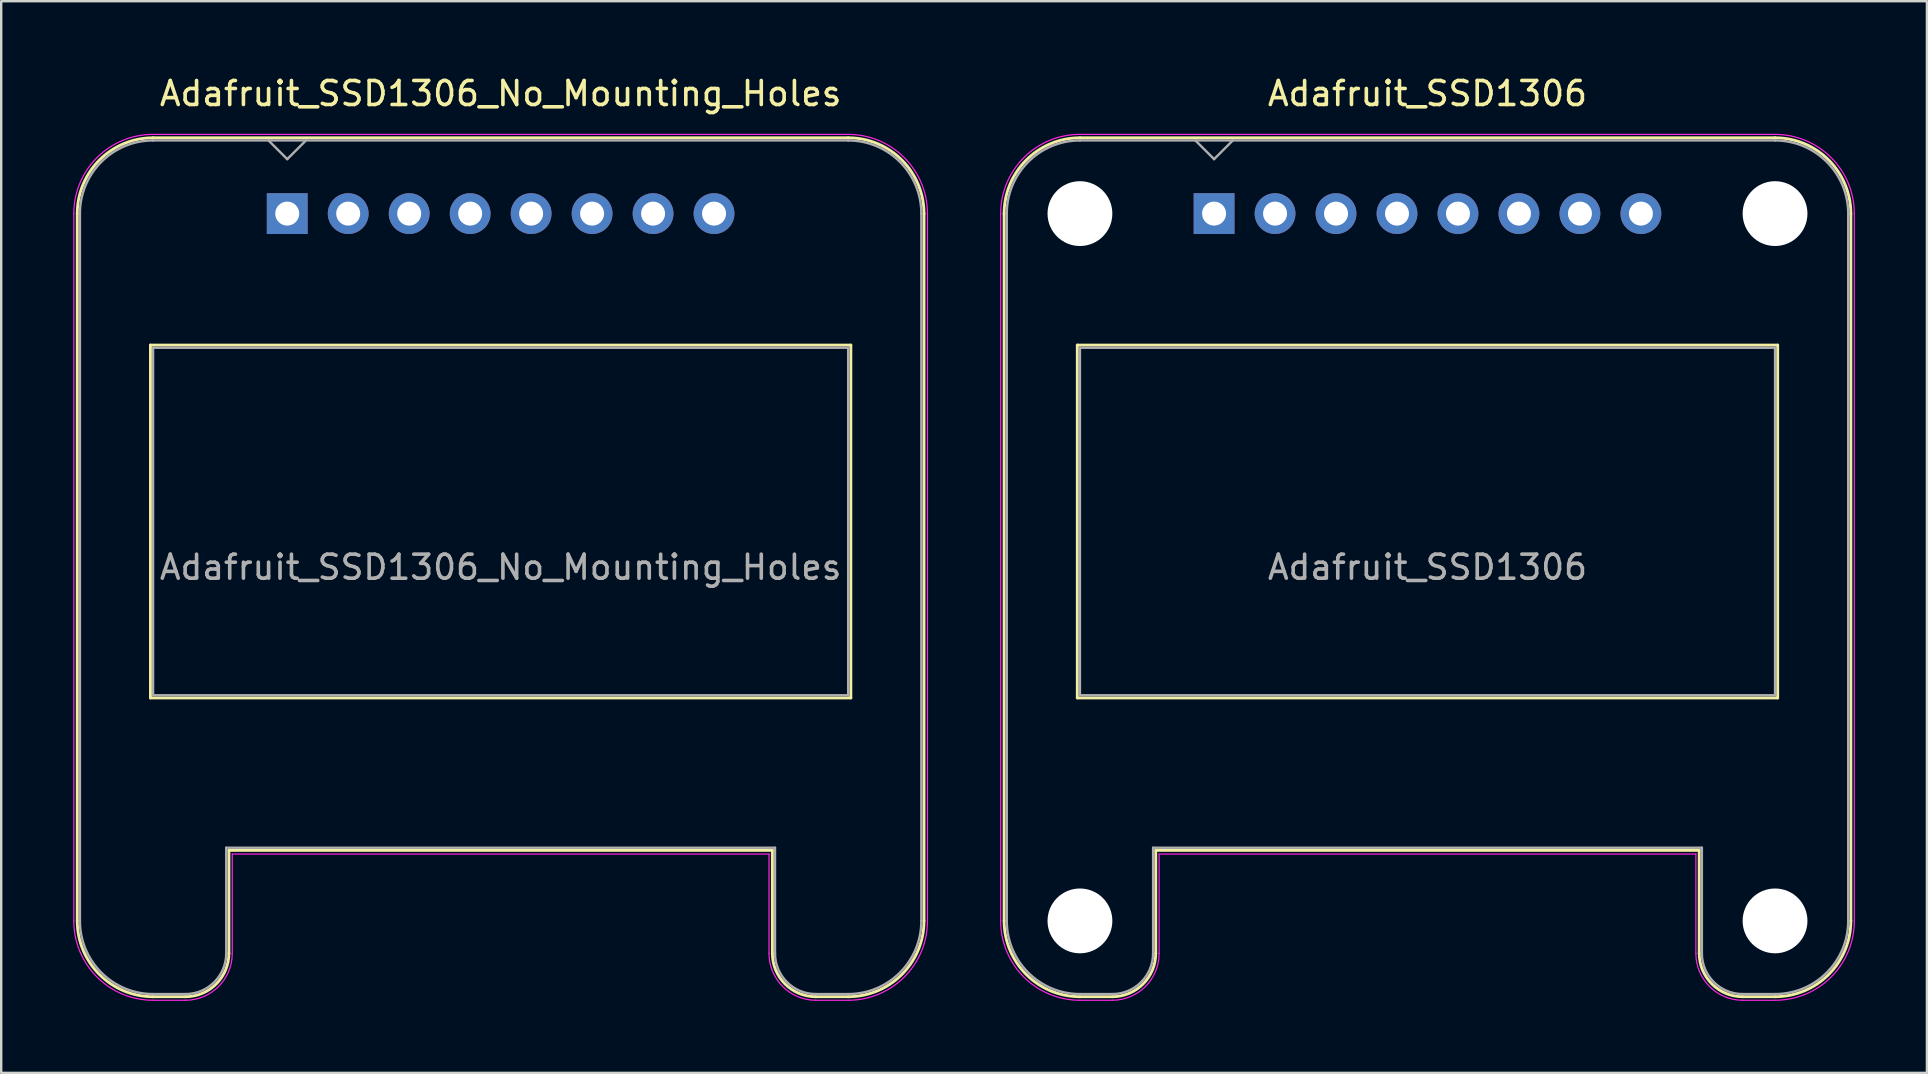
<source format=kicad_pcb>
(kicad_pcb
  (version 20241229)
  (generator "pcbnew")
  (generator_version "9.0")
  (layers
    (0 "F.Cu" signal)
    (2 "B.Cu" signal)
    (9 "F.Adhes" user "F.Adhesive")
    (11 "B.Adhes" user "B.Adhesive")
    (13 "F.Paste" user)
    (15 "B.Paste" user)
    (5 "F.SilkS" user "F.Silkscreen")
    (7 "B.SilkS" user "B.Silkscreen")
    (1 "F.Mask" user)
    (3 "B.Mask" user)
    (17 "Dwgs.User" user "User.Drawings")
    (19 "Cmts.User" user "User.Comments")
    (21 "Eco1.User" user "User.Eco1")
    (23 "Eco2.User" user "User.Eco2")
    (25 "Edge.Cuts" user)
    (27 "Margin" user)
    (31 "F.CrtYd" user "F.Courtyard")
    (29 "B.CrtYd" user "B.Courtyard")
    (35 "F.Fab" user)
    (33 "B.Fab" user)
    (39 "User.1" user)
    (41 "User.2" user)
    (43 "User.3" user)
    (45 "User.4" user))
  (footprint "Adafruit_SSD1306_No_Mounting_Holes"
    (layer "F.Cu")
    (at 8.915 5.848)
    (property "Reference" "Adafruit_SSD1306_No_Mounting_Holes" (at 8.89 -5 0) (layer "F.SilkS") (effects (font (size 1 1) (thickness 0.15))))
    (attr through_hole)
    (fp_line (start -8.746 0) (end -8.746 29.464) (stroke (width 0.12) (type solid)) (layer "F.SilkS"))
    (fp_line (start -5.698 5.478) (end -5.698 20.176) (stroke (width 0.12) (type solid)) (layer "F.SilkS"))
    (fp_line (start -5.698 5.478) (end 23.478 5.478) (stroke (width 0.12) (type solid)) (layer "F.SilkS"))
    (fp_line (start -5.698 20.176) (end 23.478 20.176) (stroke (width 0.12) (type solid)) (layer "F.SilkS"))
    (fp_line (start -4.238 32.622) (end -5.59 32.622) (stroke (width 0.12) (type solid)) (layer "F.SilkS"))
    (fp_line (start -2.43 26.526) (end -2.43 30.814) (stroke (width 0.12) (type solid)) (layer "F.SilkS"))
    (fp_line (start -2.43 26.526) (end 20.21 26.526) (stroke (width 0.12) (type solid)) (layer "F.SilkS"))
    (fp_line (start 20.21 26.526) (end 20.21 30.814) (stroke (width 0.12) (type solid)) (layer "F.SilkS"))
    (fp_line (start 22.018 32.622) (end 23.37 32.622) (stroke (width 0.12) (type solid)) (layer "F.SilkS"))
    (fp_line (start 23.368 -3.158) (end -5.588 -3.158) (stroke (width 0.12) (type solid)) (layer "F.SilkS"))
    (fp_line (start 23.478 5.478) (end 23.478 20.176) (stroke (width 0.12) (type solid)) (layer "F.SilkS"))
    (fp_line (start 26.526 0) (end 26.526 29.464) (stroke (width 0.12) (type solid)) (layer "F.SilkS"))
    (fp_arc (start -8.746 0) (mid -7.821043 -2.233043) (end -5.588 -3.158) (stroke (width 0.12) (type solid)) (layer "F.SilkS"))
    (fp_arc (start -5.588 32.622) (mid -7.821043 31.697043) (end -8.746 29.464) (stroke (width 0.12) (type solid)) (layer "F.SilkS"))
    (fp_arc (start -2.43 30.812) (mid -2.958137 32.091035) (end -4.236 32.622) (stroke (width 0.12) (type solid)) (layer "F.SilkS"))
    (fp_arc (start 22.016 32.622) (mid 20.738137 32.091035) (end 20.21 30.812) (stroke (width 0.12) (type solid)) (layer "F.SilkS"))
    (fp_arc (start 23.368 -3.158) (mid 25.601043 -2.233043) (end 26.526 0) (stroke (width 0.12) (type solid)) (layer "F.SilkS"))
    (fp_arc (start 26.526 29.464) (mid 25.601043 31.697043) (end 23.368 32.622) (stroke (width 0.12) (type solid)) (layer "F.SilkS"))
    (fp_line (start -8.89 0) (end -8.89 29.47) (stroke (width 0.05) (type solid)) (layer "F.CrtYd"))
    (fp_line (start -4.24 32.77) (end -5.59 32.77) (stroke (width 0.05) (type solid)) (layer "F.CrtYd"))
    (fp_line (start -2.29 26.68) (end -2.29 30.82) (stroke (width 0.05) (type solid)) (layer "F.CrtYd"))
    (fp_line (start -2.29 26.68) (end 20.07 26.68) (stroke (width 0.05) (type solid)) (layer "F.CrtYd"))
    (fp_line (start 20.07 26.68) (end 20.07 30.82) (stroke (width 0.05) (type solid)) (layer "F.CrtYd"))
    (fp_line (start 22.02 32.77) (end 23.37 32.77) (stroke (width 0.05) (type solid)) (layer "F.CrtYd"))
    (fp_line (start 23.37 -3.3) (end -5.59 -3.3) (stroke (width 0.05) (type solid)) (layer "F.CrtYd"))
    (fp_line (start 26.67 0) (end 26.67 29.47) (stroke (width 0.05) (type solid)) (layer "F.CrtYd"))
    (fp_arc (start -8.89 0) (mid -7.923452 -2.333452) (end -5.59 -3.3) (stroke (width 0.05) (type solid)) (layer "F.CrtYd"))
    (fp_arc (start -5.59 32.77) (mid -7.923452 31.803452) (end -8.89 29.47) (stroke (width 0.05) (type solid)) (layer "F.CrtYd"))
    (fp_arc (start -2.29 30.82) (mid -2.861142 32.198858) (end -4.24 32.77) (stroke (width 0.05) (type solid)) (layer "F.CrtYd"))
    (fp_arc (start 22.02 32.77) (mid 20.641142 32.198858) (end 20.07 30.82) (stroke (width 0.05) (type solid)) (layer "F.CrtYd"))
    (fp_arc (start 23.37 -3.3) (mid 25.703452 -2.333452) (end 26.67 0) (stroke (width 0.05) (type solid)) (layer "F.CrtYd"))
    (fp_arc (start 26.67 29.47) (mid 25.703452 31.803452) (end 23.37 32.77) (stroke (width 0.05) (type solid)) (layer "F.CrtYd"))
    (fp_line (start -8.636 0) (end -8.636 29.464) (stroke (width 0.1) (type solid)) (layer "F.Fab"))
    (fp_line (start -5.588 5.588) (end -5.588 20.066) (stroke (width 0.1) (type solid)) (layer "F.Fab"))
    (fp_line (start -5.588 5.588) (end 23.368 5.588) (stroke (width 0.1) (type solid)) (layer "F.Fab"))
    (fp_line (start -5.588 20.066) (end 23.368 20.066) (stroke (width 0.1) (type solid)) (layer "F.Fab"))
    (fp_line (start -4.238 32.512) (end -5.59 32.512) (stroke (width 0.1) (type solid)) (layer "F.Fab"))
    (fp_line (start -2.54 26.416) (end -2.54 30.814) (stroke (width 0.1) (type solid)) (layer "F.Fab"))
    (fp_line (start -2.54 26.416) (end 20.32 26.416) (stroke (width 0.1) (type solid)) (layer "F.Fab"))
    (fp_line (start -0.78 -3.048) (end 0 -2.268) (stroke (width 0.1) (type solid)) (layer "F.Fab"))
    (fp_line (start 0 -2.268) (end 0.78 -3.048) (stroke (width 0.1) (type solid)) (layer "F.Fab"))
    (fp_line (start 20.32 26.416) (end 20.32 30.814) (stroke (width 0.1) (type solid)) (layer "F.Fab"))
    (fp_line (start 22.018 32.512) (end 23.37 32.512) (stroke (width 0.1) (type solid)) (layer "F.Fab"))
    (fp_line (start 23.368 -3.048) (end -5.588 -3.048) (stroke (width 0.1) (type solid)) (layer "F.Fab"))
    (fp_line (start 23.368 5.588) (end 23.368 20.066) (stroke (width 0.1) (type solid)) (layer "F.Fab"))
    (fp_line (start 26.416 0) (end 26.416 29.464) (stroke (width 0.1) (type solid)) (layer "F.Fab"))
    (fp_arc (start -8.636 0.002) (mid -7.744676 -2.153847) (end -5.59 -3.048) (stroke (width 0.1) (type solid)) (layer "F.Fab"))
    (fp_arc (start -5.59 32.512) (mid -7.744676 31.617847) (end -8.636 29.462) (stroke (width 0.1) (type solid)) (layer "F.Fab"))
    (fp_arc (start -2.54 30.812) (mid -3.035918 32.013253) (end -4.236 32.512) (stroke (width 0.1) (type solid)) (layer "F.Fab"))
    (fp_arc (start 22.016 32.512) (mid 20.815918 32.013253) (end 20.32 30.812) (stroke (width 0.1) (type solid)) (layer "F.Fab"))
    (fp_arc (start 23.368 -3.048) (mid 25.523261 -2.155261) (end 26.416 0) (stroke (width 0.1) (type solid)) (layer "F.Fab"))
    (fp_arc (start 26.416 29.464) (mid 25.523261 31.619261) (end 23.368 32.512) (stroke (width 0.1) (type solid)) (layer "F.Fab"))
    (fp_text user "${REFERENCE}" (at 8.89 14.732 0) (layer "F.Fab") (effects (font (size 1 1) (thickness 0.15))))
    (pad "1" thru_hole rect (at 0 0) (size 1.7 1.7) (drill 1) (layers "*.Cu" "*.Mask"))
    (pad "2" thru_hole circle (at 2.54 0) (size 1.7 1.7) (drill 1) (layers "*.Cu" "*.Mask"))
    (pad "3" thru_hole circle (at 5.08 0) (size 1.7 1.7) (drill 1) (layers "*.Cu" "*.Mask"))
    (pad "4" thru_hole circle (at 7.62 0) (size 1.7 1.7) (drill 1) (layers "*.Cu" "*.Mask"))
    (pad "5" thru_hole circle (at 10.16 0) (size 1.7 1.7) (drill 1) (layers "*.Cu" "*.Mask"))
    (pad "6" thru_hole circle (at 12.7 0) (size 1.7 1.7) (drill 1) (layers "*.Cu" "*.Mask"))
    (pad "7" thru_hole circle (at 15.24 0) (size 1.7 1.7) (drill 1) (layers "*.Cu" "*.Mask"))
    (pad "8" thru_hole circle (at 17.78 0) (size 1.7 1.7) (drill 1) (layers "*.Cu" "*.Mask")))
  (footprint "Adafruit_SSD1306"
    (layer "F.Cu")
    (at 47.525 5.848)
    (property "Reference" "Adafruit_SSD1306" (at 8.89 -5 0) (layer "F.SilkS") (effects (font (size 1 1) (thickness 0.15))))
    (attr through_hole)
    (fp_line (start -8.746 0) (end -8.746 29.464) (stroke (width 0.12) (type solid)) (layer "F.SilkS"))
    (fp_line (start -5.698 5.478) (end -5.698 20.176) (stroke (width 0.12) (type solid)) (layer "F.SilkS"))
    (fp_line (start -5.698 5.478) (end 23.478 5.478) (stroke (width 0.12) (type solid)) (layer "F.SilkS"))
    (fp_line (start -5.698 20.176) (end 23.478 20.176) (stroke (width 0.12) (type solid)) (layer "F.SilkS"))
    (fp_line (start -4.238 32.622) (end -5.59 32.622) (stroke (width 0.12) (type solid)) (layer "F.SilkS"))
    (fp_line (start -2.43 26.526) (end -2.43 30.814) (stroke (width 0.12) (type solid)) (layer "F.SilkS"))
    (fp_line (start -2.43 26.526) (end 20.21 26.526) (stroke (width 0.12) (type solid)) (layer "F.SilkS"))
    (fp_line (start 20.21 26.526) (end 20.21 30.814) (stroke (width 0.12) (type solid)) (layer "F.SilkS"))
    (fp_line (start 22.018 32.622) (end 23.37 32.622) (stroke (width 0.12) (type solid)) (layer "F.SilkS"))
    (fp_line (start 23.368 -3.158) (end -5.588 -3.158) (stroke (width 0.12) (type solid)) (layer "F.SilkS"))
    (fp_line (start 23.478 5.478) (end 23.478 20.176) (stroke (width 0.12) (type solid)) (layer "F.SilkS"))
    (fp_line (start 26.526 0) (end 26.526 29.464) (stroke (width 0.12) (type solid)) (layer "F.SilkS"))
    (fp_arc (start -8.746 0) (mid -7.821043 -2.233043) (end -5.588 -3.158) (stroke (width 0.12) (type solid)) (layer "F.SilkS"))
    (fp_arc (start -5.588 32.622) (mid -7.821043 31.697043) (end -8.746 29.464) (stroke (width 0.12) (type solid)) (layer "F.SilkS"))
    (fp_arc (start -2.43 30.812) (mid -2.958137 32.091035) (end -4.236 32.622) (stroke (width 0.12) (type solid)) (layer "F.SilkS"))
    (fp_arc (start 22.016 32.622) (mid 20.738137 32.091035) (end 20.21 30.812) (stroke (width 0.12) (type solid)) (layer "F.SilkS"))
    (fp_arc (start 23.368 -3.158) (mid 25.601043 -2.233043) (end 26.526 0) (stroke (width 0.12) (type solid)) (layer "F.SilkS"))
    (fp_arc (start 26.526 29.464) (mid 25.601043 31.697043) (end 23.368 32.622) (stroke (width 0.12) (type solid)) (layer "F.SilkS"))
    (fp_line (start -8.89 0) (end -8.89 29.47) (stroke (width 0.05) (type solid)) (layer "F.CrtYd"))
    (fp_line (start -4.24 32.77) (end -5.59 32.77) (stroke (width 0.05) (type solid)) (layer "F.CrtYd"))
    (fp_line (start -2.29 26.68) (end -2.29 30.82) (stroke (width 0.05) (type solid)) (layer "F.CrtYd"))
    (fp_line (start -2.29 26.68) (end 20.07 26.68) (stroke (width 0.05) (type solid)) (layer "F.CrtYd"))
    (fp_line (start 20.07 26.68) (end 20.07 30.82) (stroke (width 0.05) (type solid)) (layer "F.CrtYd"))
    (fp_line (start 22.02 32.77) (end 23.37 32.77) (stroke (width 0.05) (type solid)) (layer "F.CrtYd"))
    (fp_line (start 23.37 -3.3) (end -5.59 -3.3) (stroke (width 0.05) (type solid)) (layer "F.CrtYd"))
    (fp_line (start 26.67 0) (end 26.67 29.47) (stroke (width 0.05) (type solid)) (layer "F.CrtYd"))
    (fp_arc (start -8.89 0) (mid -7.923452 -2.333452) (end -5.59 -3.3) (stroke (width 0.05) (type solid)) (layer "F.CrtYd"))
    (fp_arc (start -5.59 32.77) (mid -7.923452 31.803452) (end -8.89 29.47) (stroke (width 0.05) (type solid)) (layer "F.CrtYd"))
    (fp_arc (start -2.29 30.82) (mid -2.861142 32.198858) (end -4.24 32.77) (stroke (width 0.05) (type solid)) (layer "F.CrtYd"))
    (fp_arc (start 22.02 32.77) (mid 20.641142 32.198858) (end 20.07 30.82) (stroke (width 0.05) (type solid)) (layer "F.CrtYd"))
    (fp_arc (start 23.37 -3.3) (mid 25.703452 -2.333452) (end 26.67 0) (stroke (width 0.05) (type solid)) (layer "F.CrtYd"))
    (fp_arc (start 26.67 29.47) (mid 25.703452 31.803452) (end 23.37 32.77) (stroke (width 0.05) (type solid)) (layer "F.CrtYd"))
    (fp_line (start -8.636 0) (end -8.636 29.464) (stroke (width 0.1) (type solid)) (layer "F.Fab"))
    (fp_line (start -5.588 5.588) (end -5.588 20.066) (stroke (width 0.1) (type solid)) (layer "F.Fab"))
    (fp_line (start -5.588 5.588) (end 23.368 5.588) (stroke (width 0.1) (type solid)) (layer "F.Fab"))
    (fp_line (start -5.588 20.066) (end 23.368 20.066) (stroke (width 0.1) (type solid)) (layer "F.Fab"))
    (fp_line (start -4.238 32.512) (end -5.59 32.512) (stroke (width 0.1) (type solid)) (layer "F.Fab"))
    (fp_line (start -2.54 26.416) (end -2.54 30.814) (stroke (width 0.1) (type solid)) (layer "F.Fab"))
    (fp_line (start -2.54 26.416) (end 20.32 26.416) (stroke (width 0.1) (type solid)) (layer "F.Fab"))
    (fp_line (start -0.78 -3.048) (end 0 -2.268) (stroke (width 0.1) (type solid)) (layer "F.Fab"))
    (fp_line (start 0 -2.268) (end 0.78 -3.048) (stroke (width 0.1) (type solid)) (layer "F.Fab"))
    (fp_line (start 20.32 26.416) (end 20.32 30.814) (stroke (width 0.1) (type solid)) (layer "F.Fab"))
    (fp_line (start 22.018 32.512) (end 23.37 32.512) (stroke (width 0.1) (type solid)) (layer "F.Fab"))
    (fp_line (start 23.368 -3.048) (end -5.588 -3.048) (stroke (width 0.1) (type solid)) (layer "F.Fab"))
    (fp_line (start 23.368 5.588) (end 23.368 20.066) (stroke (width 0.1) (type solid)) (layer "F.Fab"))
    (fp_line (start 26.416 0) (end 26.416 29.464) (stroke (width 0.1) (type solid)) (layer "F.Fab"))
    (fp_arc (start -8.636 0.002) (mid -7.744676 -2.153847) (end -5.59 -3.048) (stroke (width 0.1) (type solid)) (layer "F.Fab"))
    (fp_arc (start -5.59 32.512) (mid -7.744676 31.617847) (end -8.636 29.462) (stroke (width 0.1) (type solid)) (layer "F.Fab"))
    (fp_arc (start -2.54 30.812) (mid -3.035918 32.013253) (end -4.236 32.512) (stroke (width 0.1) (type solid)) (layer "F.Fab"))
    (fp_arc (start 22.016 32.512) (mid 20.815918 32.013253) (end 20.32 30.812) (stroke (width 0.1) (type solid)) (layer "F.Fab"))
    (fp_arc (start 23.368 -3.048) (mid 25.523261 -2.155261) (end 26.416 0) (stroke (width 0.1) (type solid)) (layer "F.Fab"))
    (fp_arc (start 26.416 29.464) (mid 25.523261 31.619261) (end 23.368 32.512) (stroke (width 0.1) (type solid)) (layer "F.Fab"))
    (fp_text user "${REFERENCE}" (at 8.89 14.732 0) (layer "F.Fab") (effects (font (size 1 1) (thickness 0.15))))
    (pad "" np_thru_hole circle (at -5.588 0) (size 2.7 2.7) (drill 2.7) (layers "*.Cu" "*.Mask"))
    (pad "" np_thru_hole circle (at -5.588 29.464) (size 2.7 2.7) (drill 2.7) (layers "*.Cu" "*.Mask"))
    (pad "" np_thru_hole circle (at 23.368 0) (size 2.7 2.7) (drill 2.7) (layers "*.Cu" "*.Mask"))
    (pad "" np_thru_hole circle (at 23.368 29.464) (size 2.7 2.7) (drill 2.7) (layers "*.Cu" "*.Mask"))
    (pad "1" thru_hole rect (at 0 0) (size 1.7 1.7) (drill 1) (layers "*.Cu" "*.Mask"))
    (pad "2" thru_hole circle (at 2.54 0) (size 1.7 1.7) (drill 1) (layers "*.Cu" "*.Mask"))
    (pad "3" thru_hole circle (at 5.08 0) (size 1.7 1.7) (drill 1) (layers "*.Cu" "*.Mask"))
    (pad "4" thru_hole circle (at 7.62 0) (size 1.7 1.7) (drill 1) (layers "*.Cu" "*.Mask"))
    (pad "5" thru_hole circle (at 10.16 0) (size 1.7 1.7) (drill 1) (layers "*.Cu" "*.Mask"))
    (pad "6" thru_hole circle (at 12.7 0) (size 1.7 1.7) (drill 1) (layers "*.Cu" "*.Mask"))
    (pad "7" thru_hole circle (at 15.24 0) (size 1.7 1.7) (drill 1) (layers "*.Cu" "*.Mask"))
    (pad "8" thru_hole circle (at 17.78 0) (size 1.7 1.7) (drill 1) (layers "*.Cu" "*.Mask")))
  (gr_rect
    (start -3 -3)
    (end 77.22 41.643)
    (stroke (width 0.1) (type default))
    (fill no)
    (layer "Edge.Cuts")))
</source>
